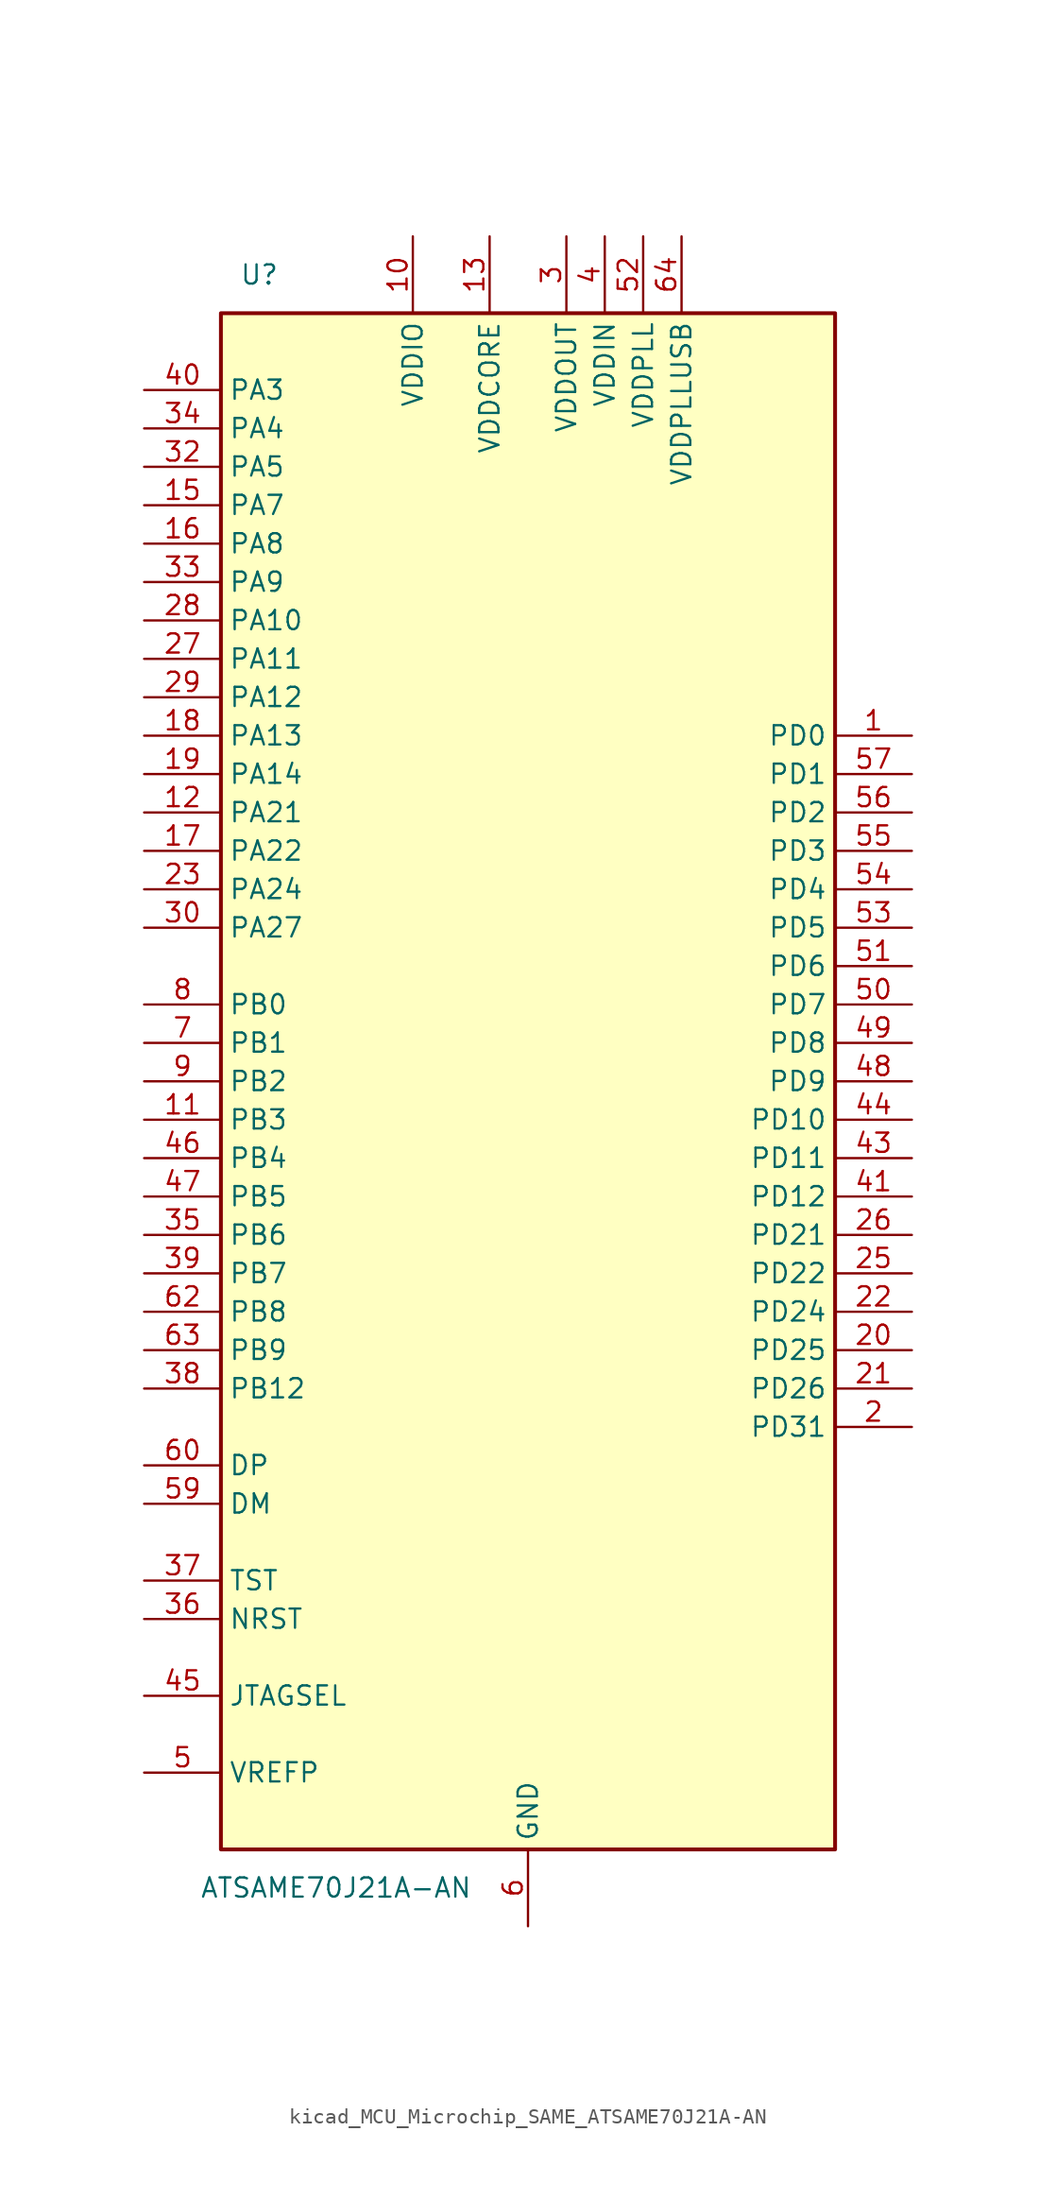
<source format=kicad_sym>
(kicad_symbol_lib
  (version 20220914)
  (generator kicad_symbol_editor)
  (symbol "kicad_MCU_Microchip_SAME_ATSAME70J21A-AN"
    (property "Reference" "U"
      (at -17.78 53.34 0)
      (effects (font (size 1.27 1.27))))
    (property "Value" "ATSAME70J21A-AN"
      (at -12.7 -53.34 0)
      (effects (font (size 1.27 1.27))))
    (symbol "kicad_MCU_Microchip_SAME_ATSAME70J21A-AN_0_1"
      (rectangle (start -20.32 50.8) (end 20.32 -50.8) (stroke (width 0.254) (type default)) (fill (type background))))
    (symbol "kicad_MCU_Microchip_SAME_ATSAME70J21A-AN_1_0"
      (pin power_in line (at 10.16 55.88 270) (length 5.08) (name "VDDPLLUSB" (effects (font (size 1.27 1.27)))) (number "64" (effects (font (size 1.27 1.27))))))
    (symbol "kicad_MCU_Microchip_SAME_ATSAME70J21A-AN_1_1"
      (pin bidirectional line (at 25.4 22.86 180) (length 5.08) (name "PD0" (effects (font (size 1.27 1.27)))) (number "1" (effects (font (size 1.27 1.27)))))
      (pin power_in line (at -7.62 55.88 270) (length 5.08) (name "VDDIO" (effects (font (size 1.27 1.27)))) (number "10" (effects (font (size 1.27 1.27)))))
      (pin bidirectional line (at -25.4 -2.54 0) (length 5.08) (name "PB3" (effects (font (size 1.27 1.27)))) (number "11" (effects (font (size 1.27 1.27)))))
      (pin bidirectional line (at -25.4 17.78 0) (length 5.08) (name "PA21" (effects (font (size 1.27 1.27)))) (number "12" (effects (font (size 1.27 1.27)))))
      (pin power_in line (at -2.54 55.88 270) (length 5.08) (name "VDDCORE" (effects (font (size 1.27 1.27)))) (number "13" (effects (font (size 1.27 1.27)))))
      (pin passive line (at 0 -55.88 90) (length 5.08) hide (name "GND" (effects (font (size 1.27 1.27)))) (number "14" (effects (font (size 1.27 1.27)))))
      (pin bidirectional line (at -25.4 38.1 0) (length 5.08) (name "PA7" (effects (font (size 1.27 1.27)))) (number "15" (effects (font (size 1.27 1.27)))))
      (pin bidirectional line (at -25.4 35.56 0) (length 5.08) (name "PA8" (effects (font (size 1.27 1.27)))) (number "16" (effects (font (size 1.27 1.27)))))
      (pin bidirectional line (at -25.4 15.24 0) (length 5.08) (name "PA22" (effects (font (size 1.27 1.27)))) (number "17" (effects (font (size 1.27 1.27)))))
      (pin bidirectional line (at -25.4 22.86 0) (length 5.08) (name "PA13" (effects (font (size 1.27 1.27)))) (number "18" (effects (font (size 1.27 1.27)))))
      (pin bidirectional line (at -25.4 20.32 0) (length 5.08) (name "PA14" (effects (font (size 1.27 1.27)))) (number "19" (effects (font (size 1.27 1.27)))))
      (pin bidirectional line (at 25.4 -22.86 180) (length 5.08) (name "PD31" (effects (font (size 1.27 1.27)))) (number "2" (effects (font (size 1.27 1.27)))))
      (pin bidirectional line (at 25.4 -17.78 180) (length 5.08) (name "PD25" (effects (font (size 1.27 1.27)))) (number "20" (effects (font (size 1.27 1.27)))))
      (pin bidirectional line (at 25.4 -20.32 180) (length 5.08) (name "PD26" (effects (font (size 1.27 1.27)))) (number "21" (effects (font (size 1.27 1.27)))))
      (pin bidirectional line (at 25.4 -15.24 180) (length 5.08) (name "PD24" (effects (font (size 1.27 1.27)))) (number "22" (effects (font (size 1.27 1.27)))))
      (pin bidirectional line (at -25.4 12.7 0) (length 5.08) (name "PA24" (effects (font (size 1.27 1.27)))) (number "23" (effects (font (size 1.27 1.27)))))
      (pin passive line (at -2.54 55.88 270) (length 5.08) hide (name "VDDCORE" (effects (font (size 1.27 1.27)))) (number "24" (effects (font (size 1.27 1.27)))))
      (pin bidirectional line (at 25.4 -12.7 180) (length 5.08) (name "PD22" (effects (font (size 1.27 1.27)))) (number "25" (effects (font (size 1.27 1.27)))))
      (pin bidirectional line (at 25.4 -10.16 180) (length 5.08) (name "PD21" (effects (font (size 1.27 1.27)))) (number "26" (effects (font (size 1.27 1.27)))))
      (pin bidirectional line (at -25.4 27.94 0) (length 5.08) (name "PA11" (effects (font (size 1.27 1.27)))) (number "27" (effects (font (size 1.27 1.27)))))
      (pin bidirectional line (at -25.4 30.48 0) (length 5.08) (name "PA10" (effects (font (size 1.27 1.27)))) (number "28" (effects (font (size 1.27 1.27)))))
      (pin bidirectional line (at -25.4 25.4 0) (length 5.08) (name "PA12" (effects (font (size 1.27 1.27)))) (number "29" (effects (font (size 1.27 1.27)))))
      (pin power_in line (at 2.54 55.88 270) (length 5.08) (name "VDDOUT" (effects (font (size 1.27 1.27)))) (number "3" (effects (font (size 1.27 1.27)))))
      (pin bidirectional line (at -25.4 10.16 0) (length 5.08) (name "PA27" (effects (font (size 1.27 1.27)))) (number "30" (effects (font (size 1.27 1.27)))))
      (pin passive line (at 0 -55.88 90) (length 5.08) hide (name "GND" (effects (font (size 1.27 1.27)))) (number "31" (effects (font (size 1.27 1.27)))))
      (pin bidirectional line (at -25.4 40.64 0) (length 5.08) (name "PA5" (effects (font (size 1.27 1.27)))) (number "32" (effects (font (size 1.27 1.27)))))
      (pin bidirectional line (at -25.4 33.02 0) (length 5.08) (name "PA9" (effects (font (size 1.27 1.27)))) (number "33" (effects (font (size 1.27 1.27)))))
      (pin bidirectional line (at -25.4 43.18 0) (length 5.08) (name "PA4" (effects (font (size 1.27 1.27)))) (number "34" (effects (font (size 1.27 1.27)))))
      (pin bidirectional line (at -25.4 -10.16 0) (length 5.08) (name "PB6" (effects (font (size 1.27 1.27)))) (number "35" (effects (font (size 1.27 1.27)))))
      (pin bidirectional line (at -25.4 -35.56 0) (length 5.08) (name "NRST" (effects (font (size 1.27 1.27)))) (number "36" (effects (font (size 1.27 1.27)))))
      (pin input line (at -25.4 -33.02 0) (length 5.08) (name "TST" (effects (font (size 1.27 1.27)))) (number "37" (effects (font (size 1.27 1.27)))))
      (pin bidirectional line (at -25.4 -20.32 0) (length 5.08) (name "PB12" (effects (font (size 1.27 1.27)))) (number "38" (effects (font (size 1.27 1.27)))))
      (pin bidirectional line (at -25.4 -12.7 0) (length 5.08) (name "PB7" (effects (font (size 1.27 1.27)))) (number "39" (effects (font (size 1.27 1.27)))))
      (pin power_in line (at 5.08 55.88 270) (length 5.08) (name "VDDIN" (effects (font (size 1.27 1.27)))) (number "4" (effects (font (size 1.27 1.27)))))
      (pin bidirectional line (at -25.4 45.72 0) (length 5.08) (name "PA3" (effects (font (size 1.27 1.27)))) (number "40" (effects (font (size 1.27 1.27)))))
      (pin bidirectional line (at 25.4 -7.62 180) (length 5.08) (name "PD12" (effects (font (size 1.27 1.27)))) (number "41" (effects (font (size 1.27 1.27)))))
      (pin passive line (at -7.62 55.88 270) (length 5.08) hide (name "VDDIO" (effects (font (size 1.27 1.27)))) (number "42" (effects (font (size 1.27 1.27)))))
      (pin bidirectional line (at 25.4 -5.08 180) (length 5.08) (name "PD11" (effects (font (size 1.27 1.27)))) (number "43" (effects (font (size 1.27 1.27)))))
      (pin bidirectional line (at 25.4 -2.54 180) (length 5.08) (name "PD10" (effects (font (size 1.27 1.27)))) (number "44" (effects (font (size 1.27 1.27)))))
      (pin input line (at -25.4 -40.64 0) (length 5.08) (name "JTAGSEL" (effects (font (size 1.27 1.27)))) (number "45" (effects (font (size 1.27 1.27)))))
      (pin bidirectional line (at -25.4 -5.08 0) (length 5.08) (name "PB4" (effects (font (size 1.27 1.27)))) (number "46" (effects (font (size 1.27 1.27)))))
      (pin bidirectional line (at -25.4 -7.62 0) (length 5.08) (name "PB5" (effects (font (size 1.27 1.27)))) (number "47" (effects (font (size 1.27 1.27)))))
      (pin bidirectional line (at 25.4 0 180) (length 5.08) (name "PD9" (effects (font (size 1.27 1.27)))) (number "48" (effects (font (size 1.27 1.27)))))
      (pin bidirectional line (at 25.4 2.54 180) (length 5.08) (name "PD8" (effects (font (size 1.27 1.27)))) (number "49" (effects (font (size 1.27 1.27)))))
      (pin input line (at -25.4 -45.72 0) (length 5.08) (name "VREFP" (effects (font (size 1.27 1.27)))) (number "5" (effects (font (size 1.27 1.27)))))
      (pin bidirectional line (at 25.4 5.08 180) (length 5.08) (name "PD7" (effects (font (size 1.27 1.27)))) (number "50" (effects (font (size 1.27 1.27)))))
      (pin bidirectional line (at 25.4 7.62 180) (length 5.08) (name "PD6" (effects (font (size 1.27 1.27)))) (number "51" (effects (font (size 1.27 1.27)))))
      (pin power_in line (at 7.62 55.88 270) (length 5.08) (name "VDDPLL" (effects (font (size 1.27 1.27)))) (number "52" (effects (font (size 1.27 1.27)))))
      (pin bidirectional line (at 25.4 10.16 180) (length 5.08) (name "PD5" (effects (font (size 1.27 1.27)))) (number "53" (effects (font (size 1.27 1.27)))))
      (pin bidirectional line (at 25.4 12.7 180) (length 5.08) (name "PD4" (effects (font (size 1.27 1.27)))) (number "54" (effects (font (size 1.27 1.27)))))
      (pin bidirectional line (at 25.4 15.24 180) (length 5.08) (name "PD3" (effects (font (size 1.27 1.27)))) (number "55" (effects (font (size 1.27 1.27)))))
      (pin bidirectional line (at 25.4 17.78 180) (length 5.08) (name "PD2" (effects (font (size 1.27 1.27)))) (number "56" (effects (font (size 1.27 1.27)))))
      (pin bidirectional line (at 25.4 20.32 180) (length 5.08) (name "PD1" (effects (font (size 1.27 1.27)))) (number "57" (effects (font (size 1.27 1.27)))))
      (pin passive line (at -7.62 55.88 270) (length 5.08) hide (name "VDDIO" (effects (font (size 1.27 1.27)))) (number "58" (effects (font (size 1.27 1.27)))))
      (pin bidirectional line (at -25.4 -27.94 0) (length 5.08) (name "DM" (effects (font (size 1.27 1.27)))) (number "59" (effects (font (size 1.27 1.27)))))
      (pin power_in line (at 0 -55.88 90) (length 5.08) (name "GND" (effects (font (size 1.27 1.27)))) (number "6" (effects (font (size 1.27 1.27)))))
      (pin bidirectional line (at -25.4 -25.4 0) (length 5.08) (name "DP" (effects (font (size 1.27 1.27)))) (number "60" (effects (font (size 1.27 1.27)))))
      (pin passive line (at -2.54 55.88 270) (length 5.08) hide (name "VDDCORE" (effects (font (size 1.27 1.27)))) (number "61" (effects (font (size 1.27 1.27)))))
      (pin bidirectional line (at -25.4 -15.24 0) (length 5.08) (name "PB8" (effects (font (size 1.27 1.27)))) (number "62" (effects (font (size 1.27 1.27)))))
      (pin bidirectional line (at -25.4 -17.78 0) (length 5.08) (name "PB9" (effects (font (size 1.27 1.27)))) (number "63" (effects (font (size 1.27 1.27)))))
      (pin bidirectional line (at -25.4 2.54 0) (length 5.08) (name "PB1" (effects (font (size 1.27 1.27)))) (number "7" (effects (font (size 1.27 1.27)))))
      (pin bidirectional line (at -25.4 5.08 0) (length 5.08) (name "PB0" (effects (font (size 1.27 1.27)))) (number "8" (effects (font (size 1.27 1.27)))))
      (pin bidirectional line (at -25.4 0 0) (length 5.08) (name "PB2" (effects (font (size 1.27 1.27)))) (number "9" (effects (font (size 1.27 1.27))))))))
</source>
